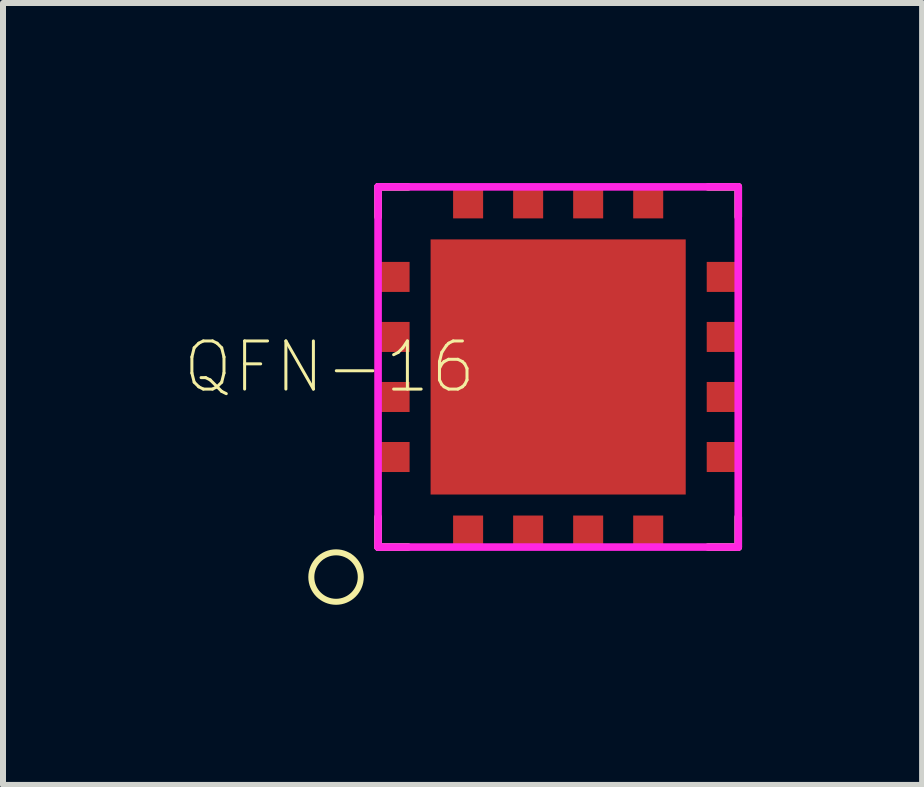
<source format=kicad_pcb>
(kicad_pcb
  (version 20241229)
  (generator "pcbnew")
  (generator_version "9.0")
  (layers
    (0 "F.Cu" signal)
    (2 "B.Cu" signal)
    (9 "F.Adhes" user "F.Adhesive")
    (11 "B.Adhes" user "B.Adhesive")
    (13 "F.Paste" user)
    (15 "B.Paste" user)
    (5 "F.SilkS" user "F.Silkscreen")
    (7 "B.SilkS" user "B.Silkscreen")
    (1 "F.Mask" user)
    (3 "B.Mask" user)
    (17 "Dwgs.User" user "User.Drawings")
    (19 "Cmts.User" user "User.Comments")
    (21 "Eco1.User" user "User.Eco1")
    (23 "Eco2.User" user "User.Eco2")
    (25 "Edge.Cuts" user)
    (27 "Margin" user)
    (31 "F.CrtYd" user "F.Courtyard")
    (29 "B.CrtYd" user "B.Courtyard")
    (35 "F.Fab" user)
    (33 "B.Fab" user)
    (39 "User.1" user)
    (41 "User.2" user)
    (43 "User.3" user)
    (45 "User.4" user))
  (footprint "QFN-16"
    (layer "F.Cu")
    (at 6.248 3.063)
    (property "Reference" "QFN-16" (at -3.81 0 0) (layer "F.SilkS") (effects (font (size 0.802 0.802) (thickness 0.05))))
    (attr smd)
    (fp_line (start -3 -3) (end -3 -2.5) (stroke (width 0.127) (type solid)) (layer "F.SilkS"))
    (fp_line (start -3 2.5) (end -3 3) (stroke (width 0.127) (type solid)) (layer "F.SilkS"))
    (fp_line (start -3 3) (end -2.5 3) (stroke (width 0.127) (type solid)) (layer "F.SilkS"))
    (fp_line (start -2.5 -3) (end -3 -3) (stroke (width 0.127) (type solid)) (layer "F.SilkS"))
    (fp_line (start 2.5 -3) (end 3 -3) (stroke (width 0.127) (type solid)) (layer "F.SilkS"))
    (fp_line (start 2.5 3) (end 3 3) (stroke (width 0.127) (type solid)) (layer "F.SilkS"))
    (fp_line (start 3 -3) (end 3 -2.5) (stroke (width 0.127) (type solid)) (layer "F.SilkS"))
    (fp_line (start 3 3) (end 3 2.5) (stroke (width 0.127) (type solid)) (layer "F.SilkS"))
    (fp_circle (center -3.7 3.5) (end -3.288 3.5) (stroke (width 0.1) (type solid)) (fill no) (layer "F.SilkS"))
    (fp_line (start -3 -3) (end 3 -3) (stroke (width 0.127) (type solid)) (layer "F.CrtYd"))
    (fp_line (start -3 3) (end -3 -3) (stroke (width 0.127) (type solid)) (layer "F.CrtYd"))
    (fp_line (start 3 -3) (end 3 3) (stroke (width 0.127) (type solid)) (layer "F.CrtYd"))
    (fp_line (start 3 3) (end -3 3) (stroke (width 0.127) (type solid)) (layer "F.CrtYd"))
    (pad "1" smd rect (at -1.5 2.75) (size 0.5 0.55) (layers "F.Cu" "F.Mask" "F.Paste"))
    (pad "2" smd rect (at -0.5 2.75) (size 0.5 0.55) (layers "F.Cu" "F.Mask" "F.Paste"))
    (pad "3" smd rect (at 0.5 2.75) (size 0.5 0.55) (layers "F.Cu" "F.Mask" "F.Paste"))
    (pad "4" smd rect (at 1.5 2.75) (size 0.5 0.55) (layers "F.Cu" "F.Mask" "F.Paste"))
    (pad "5" smd rect (at 2.75 1.5 90) (size 0.5 0.55) (layers "F.Cu" "F.Mask" "F.Paste"))
    (pad "6" smd rect (at 2.75 0.5 90) (size 0.5 0.55) (layers "F.Cu" "F.Mask" "F.Paste"))
    (pad "7" smd rect (at 2.75 -0.5 90) (size 0.5 0.55) (layers "F.Cu" "F.Mask" "F.Paste"))
    (pad "8" smd rect (at 2.75 -1.5 90) (size 0.5 0.55) (layers "F.Cu" "F.Mask" "F.Paste"))
    (pad "9" smd rect (at 1.5 -2.75 180) (size 0.5 0.55) (layers "F.Cu" "F.Mask" "F.Paste"))
    (pad "10" smd rect (at 0.5 -2.75 180) (size 0.5 0.55) (layers "F.Cu" "F.Mask" "F.Paste"))
    (pad "11" smd rect (at -0.5 -2.75 180) (size 0.5 0.55) (layers "F.Cu" "F.Mask" "F.Paste"))
    (pad "12" smd rect (at -1.5 -2.75 180) (size 0.5 0.55) (layers "F.Cu" "F.Mask" "F.Paste"))
    (pad "13" smd rect (at -2.75 -1.5 270) (size 0.5 0.55) (layers "F.Cu" "F.Mask" "F.Paste"))
    (pad "14" smd rect (at -2.75 -0.5 270) (size 0.5 0.55) (layers "F.Cu" "F.Mask" "F.Paste"))
    (pad "15" smd rect (at -2.75 0.5 270) (size 0.5 0.55) (layers "F.Cu" "F.Mask" "F.Paste"))
    (pad "16" smd rect (at -2.75 1.5 270) (size 0.5 0.55) (layers "F.Cu" "F.Mask" "F.Paste"))
    (pad "P1" smd rect (at 0 0) (size 4.25 4.25) (layers "F.Cu" "F.Mask" "F.Paste")))
  (gr_rect
    (start -3 -3)
    (end 12.311 10.026)
    (stroke (width 0.1) (type default))
    (fill no)
    (layer "Edge.Cuts")))
</source>
